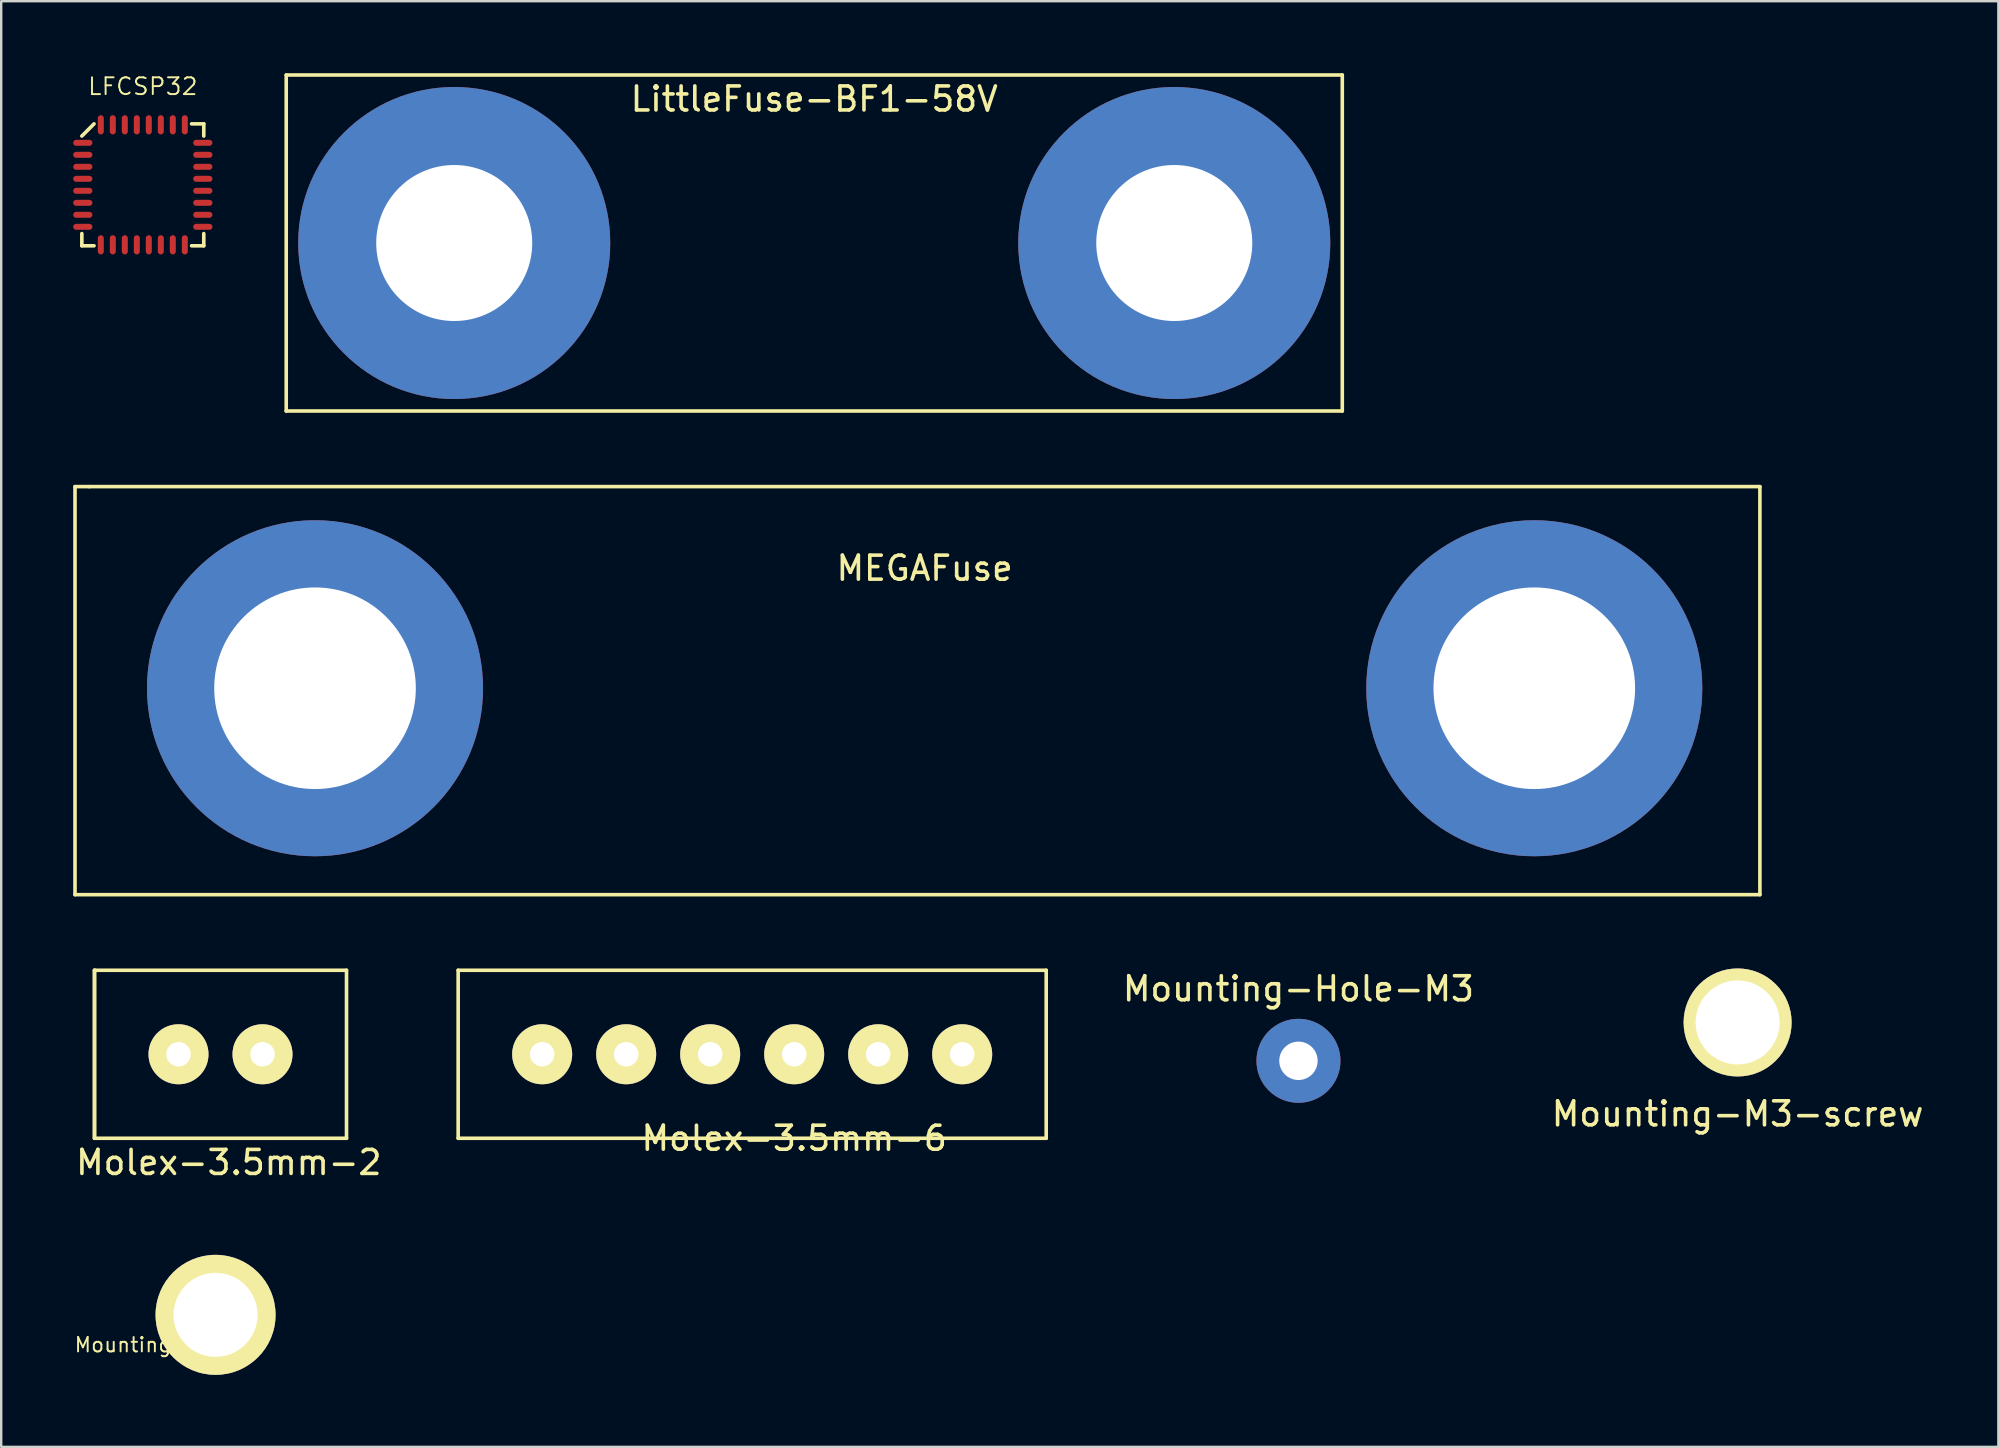
<source format=kicad_pcb>
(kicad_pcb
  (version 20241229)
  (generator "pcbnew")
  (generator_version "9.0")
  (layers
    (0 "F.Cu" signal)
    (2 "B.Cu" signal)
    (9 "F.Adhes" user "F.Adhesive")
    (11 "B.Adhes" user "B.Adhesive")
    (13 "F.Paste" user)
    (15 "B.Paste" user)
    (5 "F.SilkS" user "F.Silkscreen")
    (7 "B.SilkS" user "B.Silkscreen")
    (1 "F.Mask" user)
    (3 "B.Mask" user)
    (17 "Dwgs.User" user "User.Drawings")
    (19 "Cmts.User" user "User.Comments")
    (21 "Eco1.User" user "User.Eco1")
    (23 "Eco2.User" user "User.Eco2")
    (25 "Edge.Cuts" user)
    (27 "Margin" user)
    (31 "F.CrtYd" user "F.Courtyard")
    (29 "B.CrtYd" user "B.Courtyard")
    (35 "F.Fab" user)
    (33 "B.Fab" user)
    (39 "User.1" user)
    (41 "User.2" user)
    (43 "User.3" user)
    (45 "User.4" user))
  (footprint "MEGAFuse"
    (layer "F.Cu")
    (at 35.475 25.625)
    (property "Reference" "MEGAFuse" (at 0 -5 0) (layer "F.SilkS") (effects (font (size 1 1) (thickness 0.15))))
    (attr through_hole)
    (fp_line (start -35.4 -8.4) (end -34.8 -8.4) (stroke (width 0.15) (type solid)) (layer "F.SilkS"))
    (fp_line (start -35.4 8.6) (end -35.4 -8.4) (stroke (width 0.15) (type solid)) (layer "F.SilkS"))
    (fp_line (start -34.8 -8.4) (end 34.8 -8.4) (stroke (width 0.15) (type solid)) (layer "F.SilkS"))
    (fp_line (start 34.8 -8.4) (end 34.8 8.6) (stroke (width 0.15) (type solid)) (layer "F.SilkS"))
    (fp_line (start 34.8 8.6) (end -35.4 8.6) (stroke (width 0.15) (type solid)) (layer "F.SilkS"))
    (pad "1" thru_hole circle (at -25.4 0) (size 14 14) (drill 8.4) (layers "*.Cu" "*.Mask"))
    (pad "2" thru_hole circle (at 25.4 0) (size 14 14) (drill 8.4) (layers "*.Cu" "*.Mask")))
  (footprint "Mounting-Hole-M3"
    (layer "F.Cu")
    (at 51.049 41.148)
    (property "Reference" "Mounting-Hole-M3" (at 0 -3 0) (layer "F.SilkS") (effects (font (size 1 1) (thickness 0.15))))
    (attr through_hole)
    (pad "1" thru_hole circle (at 0 0) (size 3.5 3.5) (drill 1.6) (layers "*.Cu" "*.Mask")))
  (footprint "Molex-3.5mm-2"
    (layer "F.Cu")
    (at 4.387 40.875)
    (property "Reference" "Molex-3.5mm-2" (at 2.095 4.508 0) (layer "F.SilkS") (effects (font (size 1 1) (thickness 0.15))))
    (attr through_hole)
    (fp_line (start -3.5 -3.5) (end -3.5 3.5) (stroke (width 0.15) (type solid)) (layer "F.SilkS"))
    (fp_line (start -3.5 3.5) (end -3.5 -3.5) (stroke (width 0.15) (type solid)) (layer "F.SilkS"))
    (fp_line (start -3.5 3.5) (end 7 3.5) (stroke (width 0.15) (type solid)) (layer "F.SilkS"))
    (fp_line (start 7 -3.5) (end -3.5 -3.5) (stroke (width 0.15) (type solid)) (layer "F.SilkS"))
    (fp_line (start 7 -3.5) (end 7 3.5) (stroke (width 0.15) (type solid)) (layer "F.SilkS"))
    (pad "1" thru_hole circle (at 0 0) (size 2.5 2.5) (drill 1.02) (layers "*.Cu" "*.Mask" "F.SilkS"))
    (pad "2" thru_hole circle (at 3.5 0) (size 2.5 2.5) (drill 1.02) (layers "*.Cu" "*.Mask" "F.SilkS")))
  (footprint "Molex-3.5mm-6"
    (layer "F.Cu")
    (at 19.539 40.875)
    (property "Reference" "Molex-3.5mm-6" (at 10.5 3.5 0) (layer "F.SilkS") (effects (font (size 1 1) (thickness 0.15))))
    (attr through_hole)
    (fp_line (start -3.5 -3.5) (end 21 -3.5) (stroke (width 0.15) (type solid)) (layer "F.SilkS"))
    (fp_line (start -3.5 3.5) (end -3.5 -3.5) (stroke (width 0.15) (type solid)) (layer "F.SilkS"))
    (fp_line (start 21 -3.5) (end 21 3.5) (stroke (width 0.15) (type solid)) (layer "F.SilkS"))
    (fp_line (start 21 3.5) (end -3.5 3.5) (stroke (width 0.15) (type solid)) (layer "F.SilkS"))
    (pad "1" thru_hole circle (at 0 0) (size 2.5 2.5) (drill 1.02) (layers "*.Cu" "*.Mask" "F.SilkS"))
    (pad "2" thru_hole circle (at 3.5 0) (size 2.5 2.5) (drill 1.02) (layers "*.Cu" "*.Mask" "F.SilkS"))
    (pad "3" thru_hole circle (at 7 0) (size 2.5 2.5) (drill 1.02) (layers "*.Cu" "*.Mask" "F.SilkS"))
    (pad "4" thru_hole circle (at 10.5 0) (size 2.5 2.5) (drill 1.02) (layers "*.Cu" "*.Mask" "F.SilkS"))
    (pad "5" thru_hole circle (at 14 0) (size 2.5 2.5) (drill 1.02) (layers "*.Cu" "*.Mask" "F.SilkS"))
    (pad "6" thru_hole circle (at 17.5 0) (size 2.5 2.5) (drill 1.02) (layers "*.Cu" "*.Mask" "F.SilkS")))
  (footprint "LFCSP32"
    (layer "F.Cu")
    (at 2.9 4.65)
    (property "Reference" "LFCSP32" (at 0 -4.1 0) (layer "F.SilkS") (effects (font (size 0.7 0.7) (thickness 0.08))))
    (attr through_hole)
    (fp_line (start -2.54 2.032) (end -2.54 2.54) (stroke (width 0.15) (type solid)) (layer "F.SilkS"))
    (fp_line (start -2.54 2.54) (end -2.032 2.54) (stroke (width 0.15) (type solid)) (layer "F.SilkS"))
    (fp_line (start -2.032 -2.54) (end -2.54 -2.032) (stroke (width 0.15) (type solid)) (layer "F.SilkS"))
    (fp_line (start 2.032 -2.54) (end 2.54 -2.54) (stroke (width 0.15) (type solid)) (layer "F.SilkS"))
    (fp_line (start 2.032 2.54) (end 2.54 2.54) (stroke (width 0.15) (type solid)) (layer "F.SilkS"))
    (fp_line (start 2.54 -2.54) (end 2.54 -2.032) (stroke (width 0.15) (type solid)) (layer "F.SilkS"))
    (fp_line (start 2.54 2.54) (end 2.54 2.032) (stroke (width 0.15) (type solid)) (layer "F.SilkS"))
    (pad "1" smd oval (at -2.5 -1.75 90) (size 0.25 0.8) (layers "F.Cu" "F.Mask" "F.Paste"))
    (pad "2" smd oval (at -2.5 -1.25 90) (size 0.25 0.8) (layers "F.Cu" "F.Mask" "F.Paste"))
    (pad "3" smd oval (at -2.5 -0.75 90) (size 0.25 0.8) (layers "F.Cu" "F.Mask" "F.Paste"))
    (pad "4" smd oval (at -2.5 -0.25 90) (size 0.25 0.8) (layers "F.Cu" "F.Mask" "F.Paste"))
    (pad "5" smd oval (at -2.5 0.25 90) (size 0.25 0.8) (layers "F.Cu" "F.Mask" "F.Paste"))
    (pad "6" smd oval (at -2.5 0.75 90) (size 0.25 0.8) (layers "F.Cu" "F.Mask" "F.Paste"))
    (pad "7" smd oval (at -2.5 1.25 90) (size 0.25 0.8) (layers "F.Cu" "F.Mask" "F.Paste"))
    (pad "8" smd oval (at -2.5 1.75 90) (size 0.25 0.8) (layers "F.Cu" "F.Mask" "F.Paste"))
    (pad "9" smd oval (at -1.75 2.5) (size 0.25 0.8) (layers "F.Cu" "F.Mask" "F.Paste"))
    (pad "10" smd oval (at -1.25 2.5) (size 0.25 0.8) (layers "F.Cu" "F.Mask" "F.Paste"))
    (pad "11" smd oval (at -0.75 2.5) (size 0.25 0.8) (layers "F.Cu" "F.Mask" "F.Paste"))
    (pad "12" smd oval (at -0.25 2.5) (size 0.25 0.8) (layers "F.Cu" "F.Mask" "F.Paste"))
    (pad "13" smd oval (at 0.25 2.5) (size 0.25 0.8) (layers "F.Cu" "F.Mask" "F.Paste"))
    (pad "14" smd oval (at 0.75 2.5) (size 0.25 0.8) (layers "F.Cu" "F.Mask" "F.Paste"))
    (pad "15" smd oval (at 1.25 2.5) (size 0.25 0.8) (layers "F.Cu" "F.Mask" "F.Paste"))
    (pad "16" smd oval (at 1.75 2.5) (size 0.25 0.8) (layers "F.Cu" "F.Mask" "F.Paste"))
    (pad "17" smd oval (at 2.5 1.75 90) (size 0.25 0.8) (layers "F.Cu" "F.Mask" "F.Paste"))
    (pad "18" smd oval (at 2.5 1.25 90) (size 0.25 0.8) (layers "F.Cu" "F.Mask" "F.Paste"))
    (pad "19" smd oval (at 2.5 0.75 90) (size 0.25 0.8) (layers "F.Cu" "F.Mask" "F.Paste"))
    (pad "20" smd oval (at 2.5 0.25 90) (size 0.25 0.8) (layers "F.Cu" "F.Mask" "F.Paste"))
    (pad "21" smd oval (at 2.5 -0.25 90) (size 0.25 0.8) (layers "F.Cu" "F.Mask" "F.Paste"))
    (pad "22" smd oval (at 2.5 -0.75 90) (size 0.25 0.8) (layers "F.Cu" "F.Mask" "F.Paste"))
    (pad "23" smd oval (at 2.5 -1.25 90) (size 0.25 0.8) (layers "F.Cu" "F.Mask" "F.Paste"))
    (pad "24" smd oval (at 2.5 -1.75 90) (size 0.25 0.8) (layers "F.Cu" "F.Mask" "F.Paste"))
    (pad "25" smd oval (at 1.75 -2.5) (size 0.25 0.8) (layers "F.Cu" "F.Mask" "F.Paste"))
    (pad "26" smd oval (at 1.25 -2.5) (size 0.25 0.8) (layers "F.Cu" "F.Mask" "F.Paste"))
    (pad "27" smd oval (at 0.75 -2.5) (size 0.25 0.8) (layers "F.Cu" "F.Mask" "F.Paste"))
    (pad "28" smd oval (at 0.25 -2.5) (size 0.25 0.8) (layers "F.Cu" "F.Mask" "F.Paste"))
    (pad "29" smd oval (at -0.25 -2.5) (size 0.25 0.8) (layers "F.Cu" "F.Mask" "F.Paste"))
    (pad "30" smd oval (at -0.75 -2.5) (size 0.25 0.8) (layers "F.Cu" "F.Mask" "F.Paste"))
    (pad "31" smd oval (at -1.25 -2.5) (size 0.25 0.8) (layers "F.Cu" "F.Mask" "F.Paste"))
    (pad "32" smd oval (at -1.75 -2.5) (size 0.25 0.8) (layers "F.Cu" "F.Mask" "F.Paste")))
  (footprint "Mounting-M3-screw"
    (layer "F.Cu")
    (at 69.346 39.55)
    (property "Reference" "Mounting-M3-screw" (at 0 3.81 0) (layer "F.SilkS") (effects (font (size 1 1) (thickness 0.15))))
    (attr through_hole)
    (pad "1" thru_hole circle (at 0 0) (size 4.5 4.5) (drill 3.5) (layers "*.Cu" "*.Mask" "F.SilkS")))
  (footprint "LittleFuse-BF1-58V"
    (layer "F.Cu")
    (at 30.875 7.075)
    (property "Reference" "LittleFuse-BF1-58V" (at 0 -6 0) (layer "F.SilkS") (effects (font (size 1 1) (thickness 0.15))))
    (attr through_hole)
    (fp_line (start -22 -7) (end 22 -7) (stroke (width 0.15) (type solid)) (layer "F.SilkS"))
    (fp_line (start -22 7) (end -22 -7) (stroke (width 0.15) (type solid)) (layer "F.SilkS"))
    (fp_line (start 22 -7) (end 22 7) (stroke (width 0.15) (type solid)) (layer "F.SilkS"))
    (fp_line (start 22 7) (end -22 7) (stroke (width 0.15) (type solid)) (layer "F.SilkS"))
    (pad "1" thru_hole circle (at -15 0) (size 13 13) (drill 6.5) (layers "*.Cu" "*.Mask"))
    (pad "2" thru_hole circle (at 15 0) (size 13 13) (drill 6.5) (layers "*.Cu" "*.Mask")))
  (footprint "Mounting_M3"
    (layer "F.Cu")
    (at 5.931 51.732)
    (property "Reference" "Mounting_M3" (at -3 1.25 0) (layer "F.SilkS") (effects (font (size 0.6 0.6) (thickness 0.08))))
    (attr through_hole)
    (pad "1" thru_hole circle (at 0 0) (size 5 5) (drill 3.5) (layers "*.Cu" "*.Mask" "F.SilkS")))
  (gr_rect
    (start -3 -3)
    (end 80.21 57.232)
    (stroke (width 0.1) (type default))
    (fill no)
    (layer "Edge.Cuts")))
</source>
